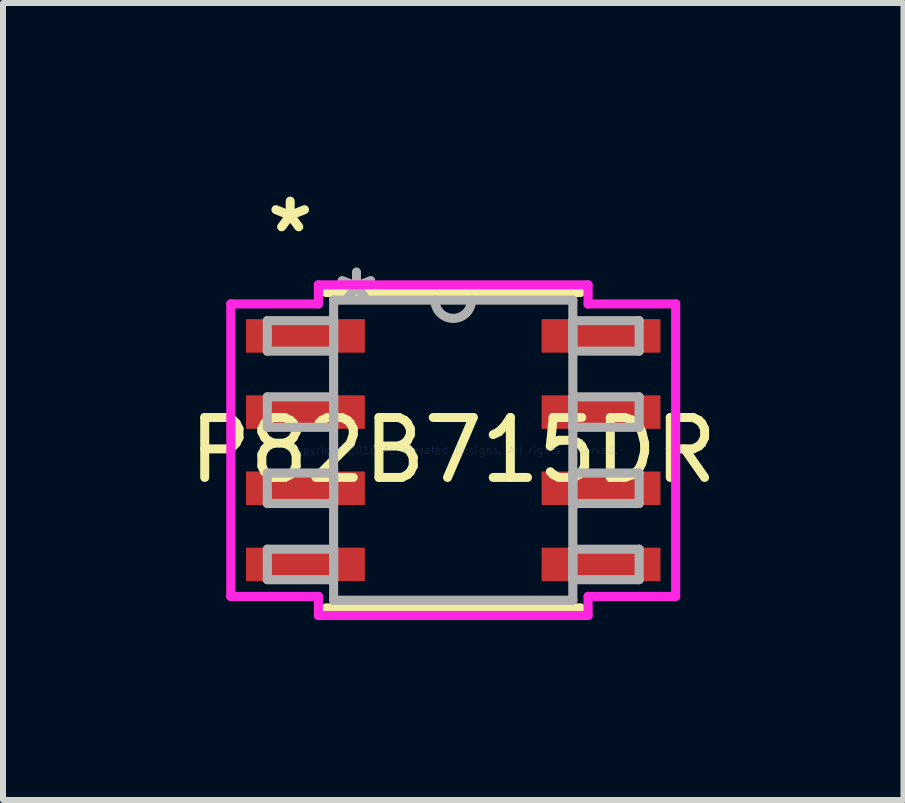
<source format=kicad_pcb>
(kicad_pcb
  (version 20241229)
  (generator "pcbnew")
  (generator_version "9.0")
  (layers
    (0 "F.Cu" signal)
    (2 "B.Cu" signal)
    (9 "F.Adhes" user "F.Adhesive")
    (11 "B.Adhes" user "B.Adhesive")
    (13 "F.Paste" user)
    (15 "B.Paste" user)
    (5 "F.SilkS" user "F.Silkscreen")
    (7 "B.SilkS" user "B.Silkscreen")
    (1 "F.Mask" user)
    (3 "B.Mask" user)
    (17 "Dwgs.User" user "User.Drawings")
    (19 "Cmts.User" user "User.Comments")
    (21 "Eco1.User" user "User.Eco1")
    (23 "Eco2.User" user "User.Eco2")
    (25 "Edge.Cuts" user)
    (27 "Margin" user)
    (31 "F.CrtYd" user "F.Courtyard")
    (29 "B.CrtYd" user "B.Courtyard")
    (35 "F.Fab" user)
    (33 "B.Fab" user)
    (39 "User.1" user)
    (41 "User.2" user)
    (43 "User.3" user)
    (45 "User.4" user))
  (footprint "P82B715DR"
    (layer "F.Cu")
    (at 4.506 4.455)
    (property "Reference" "P82B715DR" (at 0 0 0) (layer "F.SilkS") (effects (font (size 1 1) (thickness 0.15))))
    (attr through_hole)
    (fp_line (start -2.121 2.629) (end 2.121 2.629) (stroke (width 0.152) (type solid)) (layer "F.SilkS"))
    (fp_line (start 2.121 -2.629) (end -2.121 -2.629) (stroke (width 0.152) (type solid)) (layer "F.SilkS"))
    (fp_line (start -3.708 -2.438) (end -2.248 -2.438) (stroke (width 0.152) (type solid)) (layer "F.CrtYd"))
    (fp_line (start -3.708 2.438) (end -3.708 -2.438) (stroke (width 0.152) (type solid)) (layer "F.CrtYd"))
    (fp_line (start -2.248 -2.756) (end 2.248 -2.756) (stroke (width 0.152) (type solid)) (layer "F.CrtYd"))
    (fp_line (start -2.248 -2.438) (end -2.248 -2.756) (stroke (width 0.152) (type solid)) (layer "F.CrtYd"))
    (fp_line (start -2.248 2.438) (end -3.708 2.438) (stroke (width 0.152) (type solid)) (layer "F.CrtYd"))
    (fp_line (start -2.248 2.756) (end -2.248 2.438) (stroke (width 0.152) (type solid)) (layer "F.CrtYd"))
    (fp_line (start 2.248 -2.756) (end 2.248 -2.438) (stroke (width 0.152) (type solid)) (layer "F.CrtYd"))
    (fp_line (start 2.248 -2.438) (end 3.708 -2.438) (stroke (width 0.152) (type solid)) (layer "F.CrtYd"))
    (fp_line (start 2.248 2.438) (end 2.248 2.756) (stroke (width 0.152) (type solid)) (layer "F.CrtYd"))
    (fp_line (start 2.248 2.756) (end -2.248 2.756) (stroke (width 0.152) (type solid)) (layer "F.CrtYd"))
    (fp_line (start 3.708 -2.438) (end 3.708 2.438) (stroke (width 0.152) (type solid)) (layer "F.CrtYd"))
    (fp_line (start 3.708 2.438) (end 2.248 2.438) (stroke (width 0.152) (type solid)) (layer "F.CrtYd"))
    (fp_line (start -3.099 -2.159) (end -3.099 -1.651) (stroke (width 0.152) (type solid)) (layer "F.Fab"))
    (fp_line (start -3.099 -1.651) (end -1.994 -1.651) (stroke (width 0.152) (type solid)) (layer "F.Fab"))
    (fp_line (start -3.099 -0.889) (end -3.099 -0.381) (stroke (width 0.152) (type solid)) (layer "F.Fab"))
    (fp_line (start -3.099 -0.381) (end -1.994 -0.381) (stroke (width 0.152) (type solid)) (layer "F.Fab"))
    (fp_line (start -3.099 0.381) (end -3.099 0.889) (stroke (width 0.152) (type solid)) (layer "F.Fab"))
    (fp_line (start -3.099 0.889) (end -1.994 0.889) (stroke (width 0.152) (type solid)) (layer "F.Fab"))
    (fp_line (start -3.099 1.651) (end -3.099 2.159) (stroke (width 0.152) (type solid)) (layer "F.Fab"))
    (fp_line (start -3.099 2.159) (end -1.994 2.159) (stroke (width 0.152) (type solid)) (layer "F.Fab"))
    (fp_line (start -1.994 -2.502) (end -1.994 2.502) (stroke (width 0.152) (type solid)) (layer "F.Fab"))
    (fp_line (start -1.994 -2.159) (end -3.099 -2.159) (stroke (width 0.152) (type solid)) (layer "F.Fab"))
    (fp_line (start -1.994 -1.651) (end -1.994 -2.159) (stroke (width 0.152) (type solid)) (layer "F.Fab"))
    (fp_line (start -1.994 -0.889) (end -3.099 -0.889) (stroke (width 0.152) (type solid)) (layer "F.Fab"))
    (fp_line (start -1.994 -0.381) (end -1.994 -0.889) (stroke (width 0.152) (type solid)) (layer "F.Fab"))
    (fp_line (start -1.994 0.381) (end -3.099 0.381) (stroke (width 0.152) (type solid)) (layer "F.Fab"))
    (fp_line (start -1.994 0.889) (end -1.994 0.381) (stroke (width 0.152) (type solid)) (layer "F.Fab"))
    (fp_line (start -1.994 1.651) (end -3.099 1.651) (stroke (width 0.152) (type solid)) (layer "F.Fab"))
    (fp_line (start -1.994 2.159) (end -1.994 1.651) (stroke (width 0.152) (type solid)) (layer "F.Fab"))
    (fp_line (start -1.994 2.502) (end 1.994 2.502) (stroke (width 0.152) (type solid)) (layer "F.Fab"))
    (fp_line (start 1.994 -2.502) (end -1.994 -2.502) (stroke (width 0.152) (type solid)) (layer "F.Fab"))
    (fp_line (start 1.994 -2.159) (end 1.994 -1.651) (stroke (width 0.152) (type solid)) (layer "F.Fab"))
    (fp_line (start 1.994 -1.651) (end 3.099 -1.651) (stroke (width 0.152) (type solid)) (layer "F.Fab"))
    (fp_line (start 1.994 -0.889) (end 1.994 -0.381) (stroke (width 0.152) (type solid)) (layer "F.Fab"))
    (fp_line (start 1.994 -0.381) (end 3.099 -0.381) (stroke (width 0.152) (type solid)) (layer "F.Fab"))
    (fp_line (start 1.994 0.381) (end 1.994 0.889) (stroke (width 0.152) (type solid)) (layer "F.Fab"))
    (fp_line (start 1.994 0.889) (end 3.099 0.889) (stroke (width 0.152) (type solid)) (layer "F.Fab"))
    (fp_line (start 1.994 1.651) (end 1.994 2.159) (stroke (width 0.152) (type solid)) (layer "F.Fab"))
    (fp_line (start 1.994 2.159) (end 3.099 2.159) (stroke (width 0.152) (type solid)) (layer "F.Fab"))
    (fp_line (start 1.994 2.502) (end 1.994 -2.502) (stroke (width 0.152) (type solid)) (layer "F.Fab"))
    (fp_line (start 3.099 -2.159) (end 1.994 -2.159) (stroke (width 0.152) (type solid)) (layer "F.Fab"))
    (fp_line (start 3.099 -1.651) (end 3.099 -2.159) (stroke (width 0.152) (type solid)) (layer "F.Fab"))
    (fp_line (start 3.099 -0.889) (end 1.994 -0.889) (stroke (width 0.152) (type solid)) (layer "F.Fab"))
    (fp_line (start 3.099 -0.381) (end 3.099 -0.889) (stroke (width 0.152) (type solid)) (layer "F.Fab"))
    (fp_line (start 3.099 0.381) (end 1.994 0.381) (stroke (width 0.152) (type solid)) (layer "F.Fab"))
    (fp_line (start 3.099 0.889) (end 3.099 0.381) (stroke (width 0.152) (type solid)) (layer "F.Fab"))
    (fp_line (start 3.099 1.651) (end 1.994 1.651) (stroke (width 0.152) (type solid)) (layer "F.Fab"))
    (fp_line (start 3.099 2.159) (end 3.099 1.651) (stroke (width 0.152) (type solid)) (layer "F.Fab"))
    (fp_arc (start 0.3048 -2.5019) (mid 0 -2.1971) (end -0.3048 -2.5019) (stroke (width 0.1524) (type solid)) (layer "F.Fab"))
    (fp_text user "*" (at -2.718 -3.607 0) (layer "F.SilkS") (effects (font (size 1 1) (thickness 0.15))))
    (fp_text user "Copyright 2016 Accelerated Designs. All rights reserved." (at 0 0 0) (layer "Cmts.User") (effects (font (size 0.127 0.127) (thickness 0.002))))
    (fp_text user "*" (at -1.613 -2.426 0) (layer "F.Fab") (effects (font (size 1 1) (thickness 0.15))))
    (pad "1" smd rect (at -2.464 -1.905) (size 1.981 0.559) (layers "F.Cu" "F.Mask" "F.Paste"))
    (pad "2" smd rect (at -2.464 -0.635) (size 1.981 0.559) (layers "F.Cu" "F.Mask" "F.Paste"))
    (pad "3" smd rect (at -2.464 0.635) (size 1.981 0.559) (layers "F.Cu" "F.Mask" "F.Paste"))
    (pad "4" smd rect (at -2.464 1.905) (size 1.981 0.559) (layers "F.Cu" "F.Mask" "F.Paste"))
    (pad "5" smd rect (at 2.464 1.905) (size 1.981 0.559) (layers "F.Cu" "F.Mask" "F.Paste"))
    (pad "6" smd rect (at 2.464 0.635) (size 1.981 0.559) (layers "F.Cu" "F.Mask" "F.Paste"))
    (pad "7" smd rect (at 2.464 -0.635) (size 1.981 0.559) (layers "F.Cu" "F.Mask" "F.Paste"))
    (pad "8" smd rect (at 2.464 -1.905) (size 1.981 0.559) (layers "F.Cu" "F.Mask" "F.Paste")))
  (gr_rect
    (start -3 -3)
    (end 12.012 10.287)
    (stroke (width 0.1) (type default))
    (fill no)
    (layer "Edge.Cuts")))
</source>
